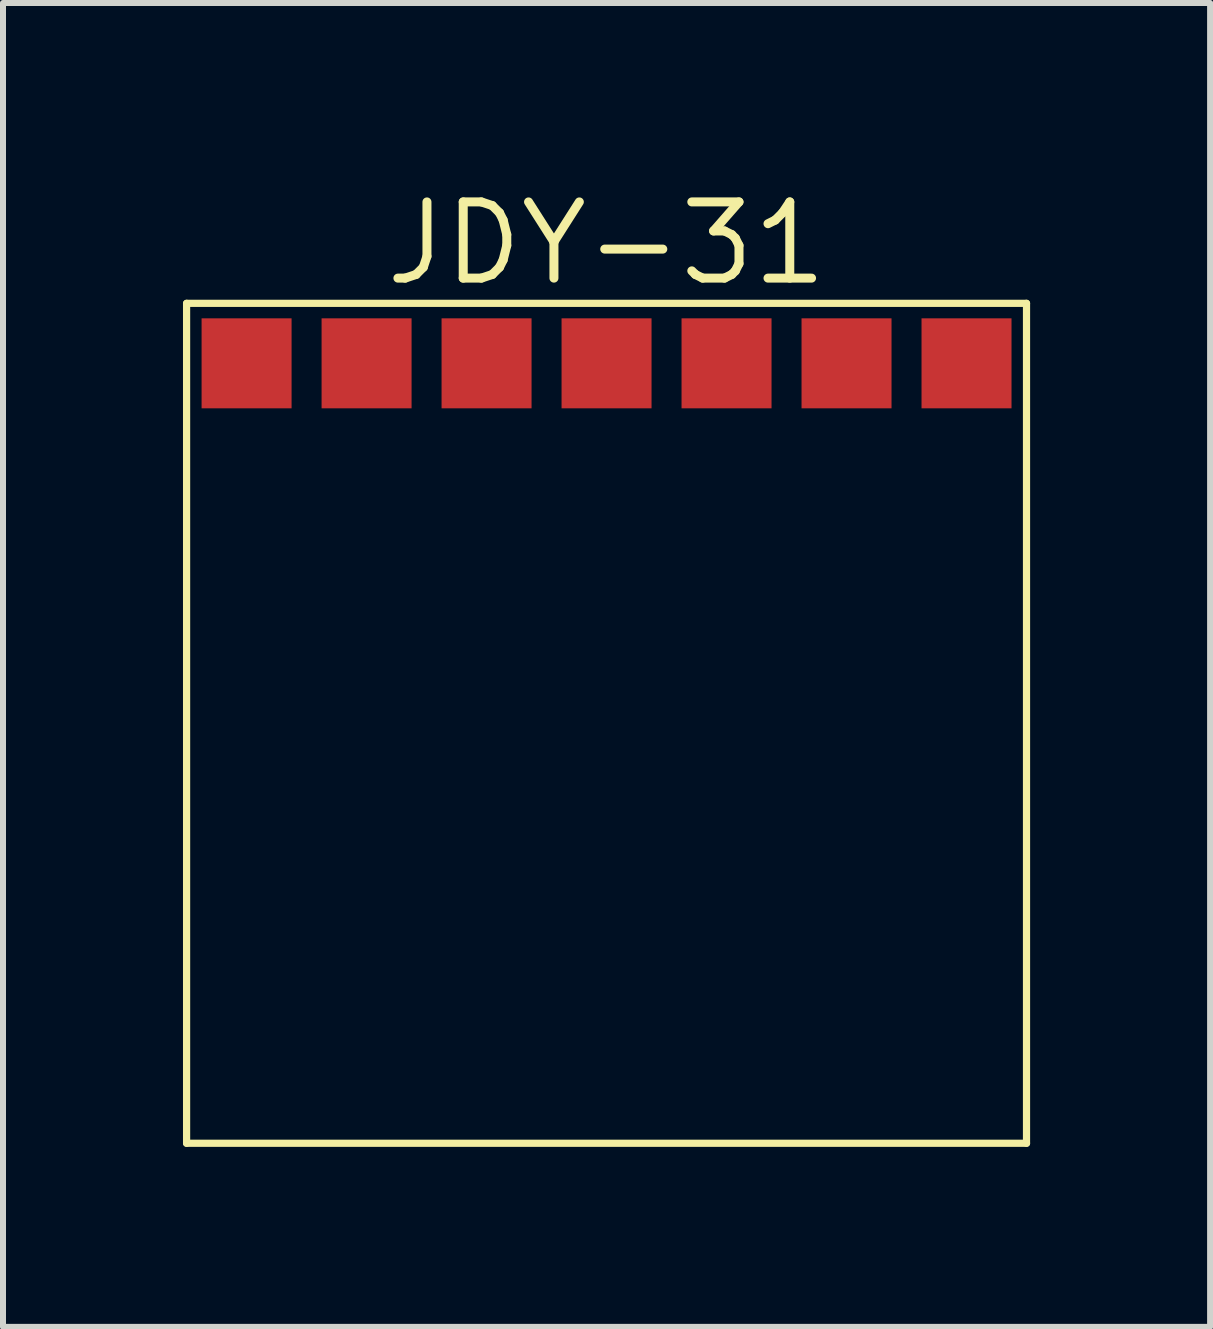
<source format=kicad_pcb>
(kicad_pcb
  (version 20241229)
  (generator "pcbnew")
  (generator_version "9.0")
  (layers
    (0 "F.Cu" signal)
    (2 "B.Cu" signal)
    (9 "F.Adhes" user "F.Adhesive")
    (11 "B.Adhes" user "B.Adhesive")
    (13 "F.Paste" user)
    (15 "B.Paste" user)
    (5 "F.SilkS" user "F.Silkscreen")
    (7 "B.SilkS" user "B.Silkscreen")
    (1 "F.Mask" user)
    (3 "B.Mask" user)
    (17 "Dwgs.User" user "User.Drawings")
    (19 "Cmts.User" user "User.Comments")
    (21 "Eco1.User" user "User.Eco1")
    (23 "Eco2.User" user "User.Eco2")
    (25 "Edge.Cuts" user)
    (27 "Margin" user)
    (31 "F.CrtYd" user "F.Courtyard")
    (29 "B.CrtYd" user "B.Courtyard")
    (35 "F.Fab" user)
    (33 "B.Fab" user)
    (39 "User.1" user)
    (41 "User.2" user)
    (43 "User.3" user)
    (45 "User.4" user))
  (footprint "JDY-31"
    (layer "F.Cu")
    (at 7.06 9.006)
    (property "Reference" "JDY-31" (at 0 -8 0) (layer "F.SilkS") (effects (font (size 1.27 1.27) (thickness 0.15))))
    (attr smd)
    (fp_line (start -7 -7) (end 7 -7) (stroke (width 0.12) (type solid)) (layer "F.SilkS"))
    (fp_line (start -7 7) (end -7 -7) (stroke (width 0.12) (type solid)) (layer "F.SilkS"))
    (fp_line (start 7 -7) (end 7 7) (stroke (width 0.12) (type solid)) (layer "F.SilkS"))
    (fp_line (start 7 7) (end -7 7) (stroke (width 0.12) (type solid)) (layer "F.SilkS"))
    (pad "1" smd rect (at -6 -6) (size 1.5 1.5) (layers "F.Cu" "F.Mask" "F.Paste"))
    (pad "2" smd rect (at -4 -6) (size 1.5 1.5) (layers "F.Cu" "F.Mask" "F.Paste"))
    (pad "3" smd rect (at -2 -6) (size 1.5 1.5) (layers "F.Cu" "F.Mask" "F.Paste"))
    (pad "4" smd rect (at 0 -6) (size 1.5 1.5) (layers "F.Cu" "F.Mask" "F.Paste"))
    (pad "5" smd rect (at 2 -6) (size 1.5 1.5) (layers "F.Cu" "F.Mask" "F.Paste"))
    (pad "6" smd rect (at 4 -6) (size 1.5 1.5) (layers "F.Cu" "F.Mask" "F.Paste"))
    (pad "7" smd rect (at 6 -6) (size 1.5 1.5) (layers "F.Cu" "F.Mask" "F.Paste")))
  (gr_rect
    (start -3 -3)
    (end 17.12 19.066)
    (stroke (width 0.1) (type default))
    (fill no)
    (layer "Edge.Cuts")))
</source>
